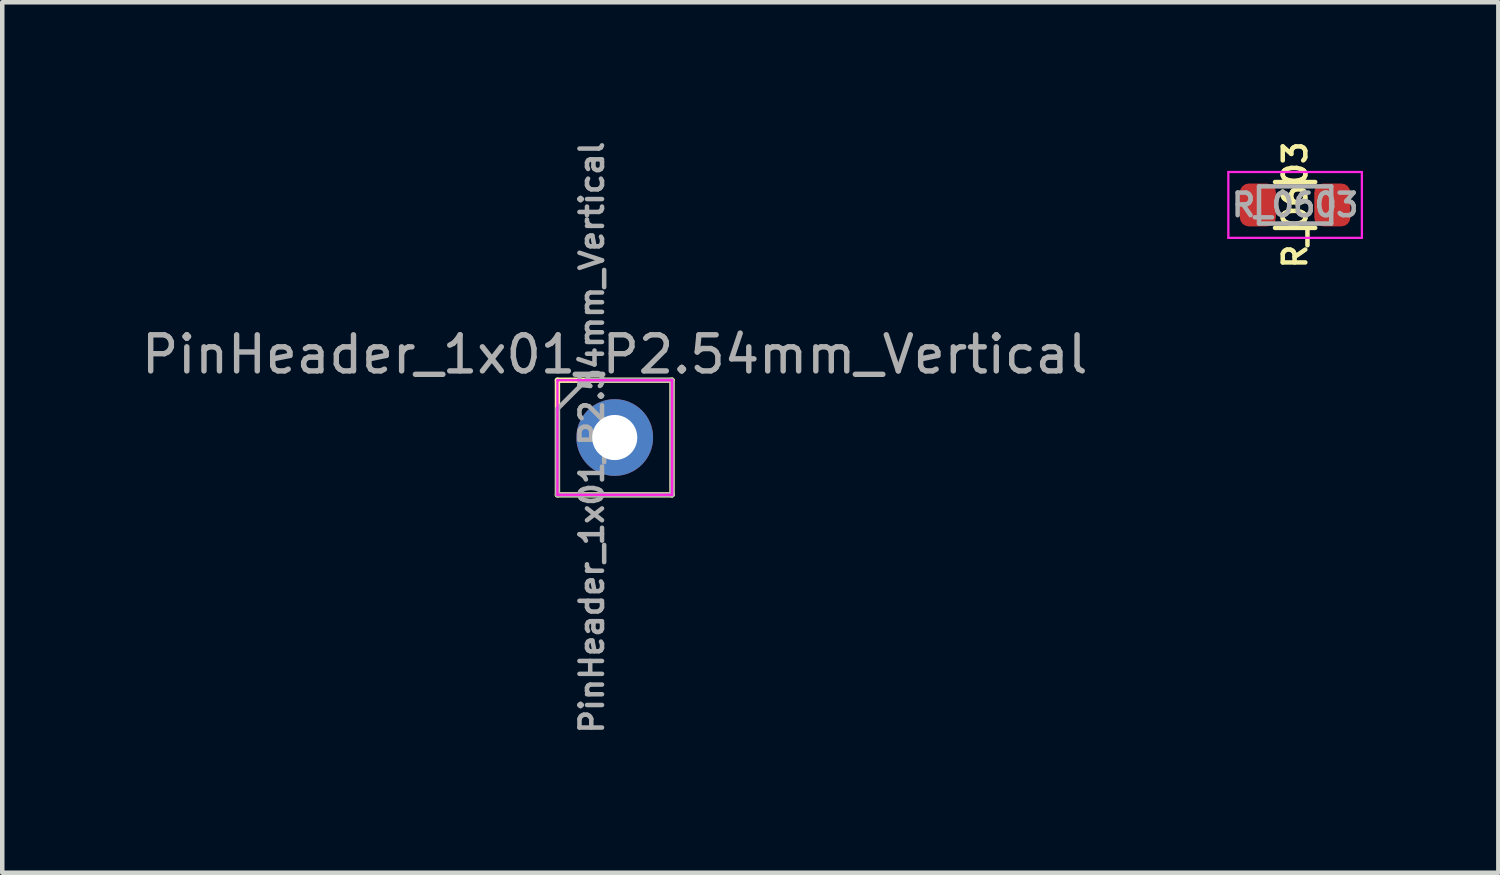
<source format=kicad_pcb>
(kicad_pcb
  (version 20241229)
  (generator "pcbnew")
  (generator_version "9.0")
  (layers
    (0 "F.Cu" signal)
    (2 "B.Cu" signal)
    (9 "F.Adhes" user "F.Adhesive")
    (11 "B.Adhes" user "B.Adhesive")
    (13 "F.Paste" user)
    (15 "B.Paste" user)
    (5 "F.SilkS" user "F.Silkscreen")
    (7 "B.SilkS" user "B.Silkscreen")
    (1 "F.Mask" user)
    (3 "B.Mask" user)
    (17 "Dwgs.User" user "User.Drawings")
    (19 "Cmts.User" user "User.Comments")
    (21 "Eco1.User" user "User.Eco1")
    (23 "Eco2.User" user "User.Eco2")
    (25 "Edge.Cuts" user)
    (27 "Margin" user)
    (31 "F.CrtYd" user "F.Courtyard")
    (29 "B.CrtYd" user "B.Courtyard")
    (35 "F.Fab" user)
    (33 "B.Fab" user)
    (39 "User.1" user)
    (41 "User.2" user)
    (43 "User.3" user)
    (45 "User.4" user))
  (footprint "R_0603"
    (layer "F.Cu")
    (at 25.657 1.493)
    (property "Reference" "R_0603" (at 0 0 90) (layer "F.SilkS") (effects (font (size 0.5 0.5) (thickness 0.1))))
    (attr smd)
    (fp_line (start -0.445 -0.508) (end 0.445 -0.508) (stroke (width 0.1) (type solid)) (layer "F.SilkS"))
    (fp_line (start -0.445 0.508) (end 0.445 0.508) (stroke (width 0.1) (type solid)) (layer "F.SilkS"))
    (fp_line (start -1.48 -0.73) (end 1.48 -0.73) (stroke (width 0.05) (type solid)) (layer "F.CrtYd"))
    (fp_line (start -1.48 0.73) (end -1.48 -0.73) (stroke (width 0.05) (type solid)) (layer "F.CrtYd"))
    (fp_line (start 1.48 -0.73) (end 1.48 0.73) (stroke (width 0.05) (type solid)) (layer "F.CrtYd"))
    (fp_line (start 1.48 0.73) (end -1.48 0.73) (stroke (width 0.05) (type solid)) (layer "F.CrtYd"))
    (fp_line (start -0.8 -0.412) (end 0.8 -0.412) (stroke (width 0.1) (type solid)) (layer "F.Fab"))
    (fp_line (start -0.8 0.412) (end -0.8 -0.412) (stroke (width 0.1) (type solid)) (layer "F.Fab"))
    (fp_line (start 0.8 -0.412) (end 0.8 0.412) (stroke (width 0.1) (type solid)) (layer "F.Fab"))
    (fp_line (start 0.8 0.412) (end -0.8 0.412) (stroke (width 0.1) (type solid)) (layer "F.Fab"))
    (fp_text user "${REFERENCE}" (at 0 0 0) (layer "F.Fab") (effects (font (size 0.5 0.5) (thickness 0.1))))
    (pad "1" smd roundrect (at -0.825 0) (size 0.8 0.95) (layers "F.Cu" "F.Mask" "F.Paste") (roundrect_rratio 0.25))
    (pad "2" smd roundrect (at 0.825 0) (size 0.8 0.95) (layers "F.Cu" "F.Mask" "F.Paste") (roundrect_rratio 0.25)))
  (footprint "PinHeader_1x01_P2.54mm_Vertical"
    (layer "F.Cu")
    (at 10.576 6.648)
    (property "Reference" "PinHeader_1x01_P2.54mm_Vertical" (at 0 -1.841 0) (layer "F.Fab") (effects (font (size 0.8 0.8) (thickness 0.12))))
    (attr through_hole)
    (fp_line (start -1.27 -1.27) (end -1.27 1.27) (stroke (width 0.12) (type solid)) (layer "F.SilkS"))
    (fp_line (start -1.27 -1.27) (end 1.27 -1.27) (stroke (width 0.12) (type solid)) (layer "F.SilkS"))
    (fp_line (start -1.27 1.27) (end 1.27 1.27) (stroke (width 0.12) (type solid)) (layer "F.SilkS"))
    (fp_line (start 1.27 -1.27) (end 1.27 1.27) (stroke (width 0.12) (type solid)) (layer "F.SilkS"))
    (fp_line (start -1.27 -1.27) (end -1.27 1.27) (stroke (width 0.05) (type solid)) (layer "F.CrtYd"))
    (fp_line (start -1.27 1.27) (end 1.27 1.27) (stroke (width 0.05) (type solid)) (layer "F.CrtYd"))
    (fp_line (start 1.27 -1.27) (end -1.27 -1.27) (stroke (width 0.05) (type solid)) (layer "F.CrtYd"))
    (fp_line (start 1.27 1.27) (end 1.27 -1.27) (stroke (width 0.05) (type solid)) (layer "F.CrtYd"))
    (fp_line (start -1.27 -0.635) (end -0.635 -1.27) (stroke (width 0.1) (type solid)) (layer "F.Fab"))
    (fp_line (start -1.27 1.27) (end -1.27 -0.635) (stroke (width 0.1) (type solid)) (layer "F.Fab"))
    (fp_line (start -0.635 -1.27) (end 1.27 -1.27) (stroke (width 0.1) (type solid)) (layer "F.Fab"))
    (fp_line (start 1.27 -1.27) (end 1.27 1.27) (stroke (width 0.1) (type solid)) (layer "F.Fab"))
    (fp_line (start 1.27 1.27) (end -1.27 1.27) (stroke (width 0.1) (type solid)) (layer "F.Fab"))
    (fp_text user "${REFERENCE}" (at -0.508 0 270) (layer "F.Fab") (effects (font (size 0.5 0.5) (thickness 0.1))))
    (pad "1" thru_hole oval (at 0 0) (size 1.7 1.7) (drill 1) (layers "*.Cu" "*.Mask")))
  (gr_rect
    (start -3 -3)
    (end 30.162 16.295)
    (stroke (width 0.1) (type default))
    (fill no)
    (layer "Edge.Cuts")))
</source>
